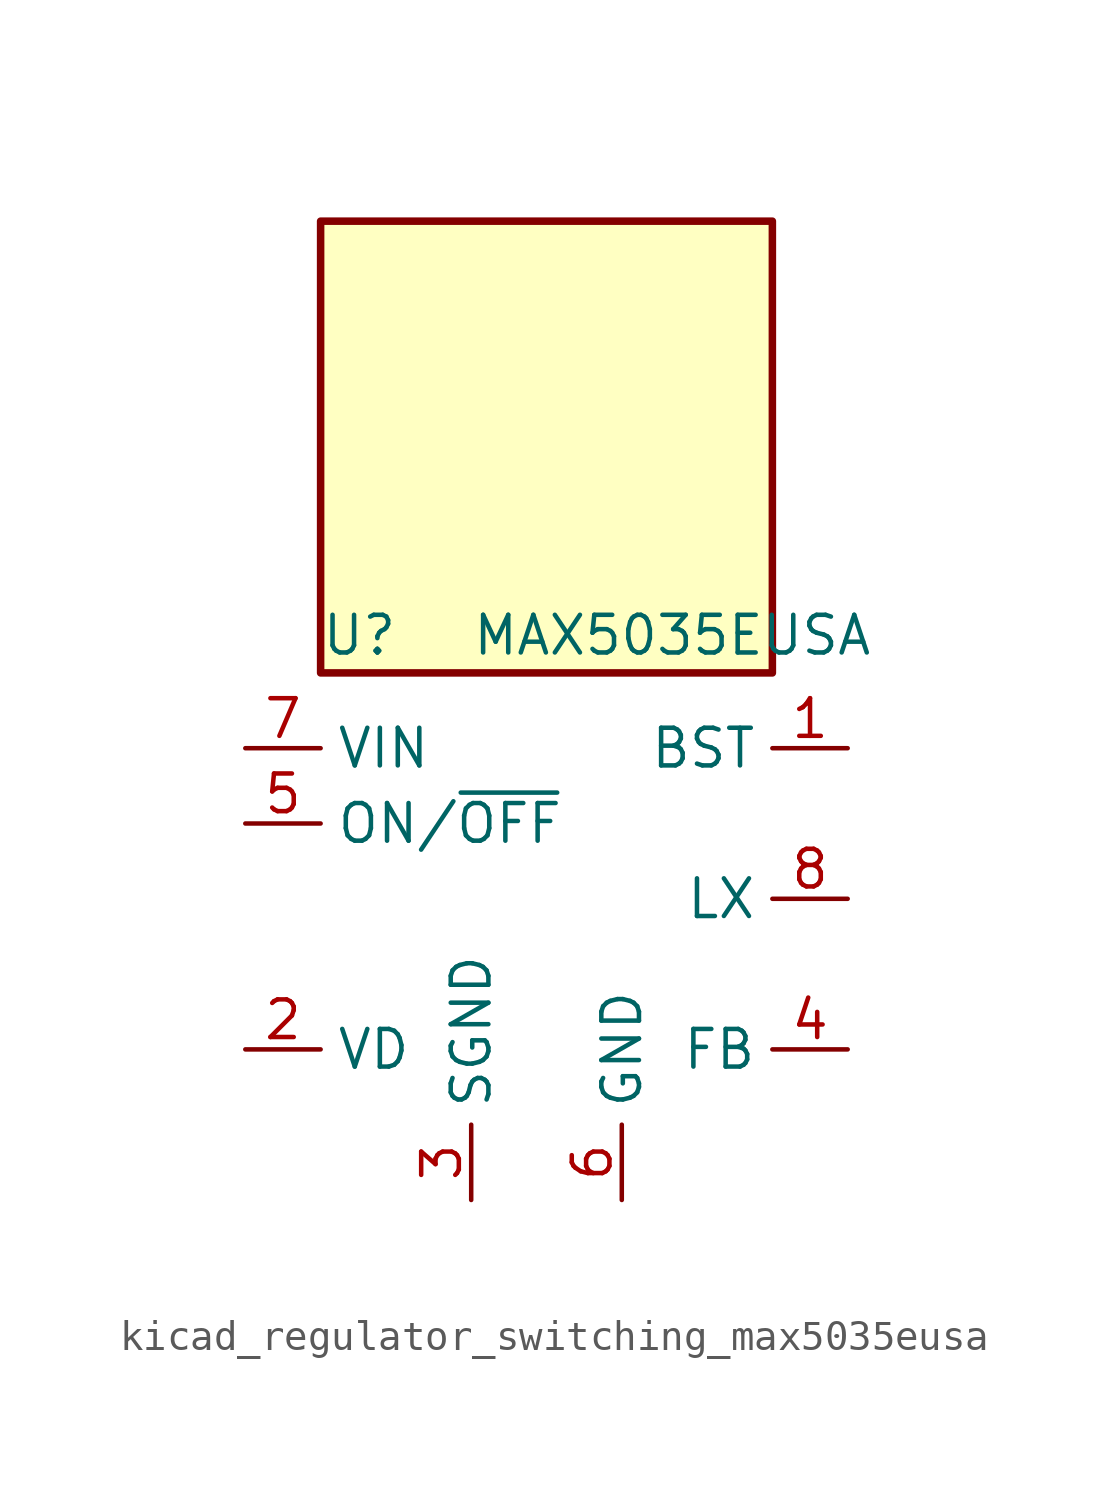
<source format=kicad_sym>
(kicad_symbol_lib
  (version 20220914)
  (generator kicad_symbol_editor)
  (symbol "kicad_regulator_switching_max5035eusa"
    (property "Reference" "U"
      (at -7.62 8.89 0)
      (effects (font (size 1.27 1.27)) (justify left)))
    (property "Value" "MAX5035EUSA"
      (at -2.54 8.89 0)
      (effects (font (size 1.27 1.27)) (justify left)))
    (symbol "kicad_regulator_switching_max5035eusa_0_1"
      (rectangle (start 7.62 22.86) (end -7.62 7.62) (stroke (width 0.254) (type default)) (fill (type background))))
    (symbol "kicad_regulator_switching_max5035eusa_1_1"
      (pin passive line (at 10.16 5.08 180) (length 2.54) (name "BST" (effects (font (size 1.27 1.27)))) (number "1" (effects (font (size 1.27 1.27)))))
      (pin passive line (at -10.16 -5.08 0) (length 2.54) (name "VD" (effects (font (size 1.27 1.27)))) (number "2" (effects (font (size 1.27 1.27)))))
      (pin power_in line (at -2.54 -10.16 90) (length 2.54) (name "SGND" (effects (font (size 1.27 1.27)))) (number "3" (effects (font (size 1.27 1.27)))))
      (pin input line (at 10.16 -5.08 180) (length 2.54) (name "FB" (effects (font (size 1.27 1.27)))) (number "4" (effects (font (size 1.27 1.27)))))
      (pin input line (at -10.16 2.54 0) (length 2.54) (name "ON/~{OFF}" (effects (font (size 1.27 1.27)))) (number "5" (effects (font (size 1.27 1.27)))))
      (pin power_in line (at 2.54 -10.16 90) (length 2.54) (name "GND" (effects (font (size 1.27 1.27)))) (number "6" (effects (font (size 1.27 1.27)))))
      (pin power_in line (at -10.16 5.08 0) (length 2.54) (name "VIN" (effects (font (size 1.27 1.27)))) (number "7" (effects (font (size 1.27 1.27)))))
      (pin output line (at 10.16 0 180) (length 2.54) (name "LX" (effects (font (size 1.27 1.27)))) (number "8" (effects (font (size 1.27 1.27))))))))
</source>
